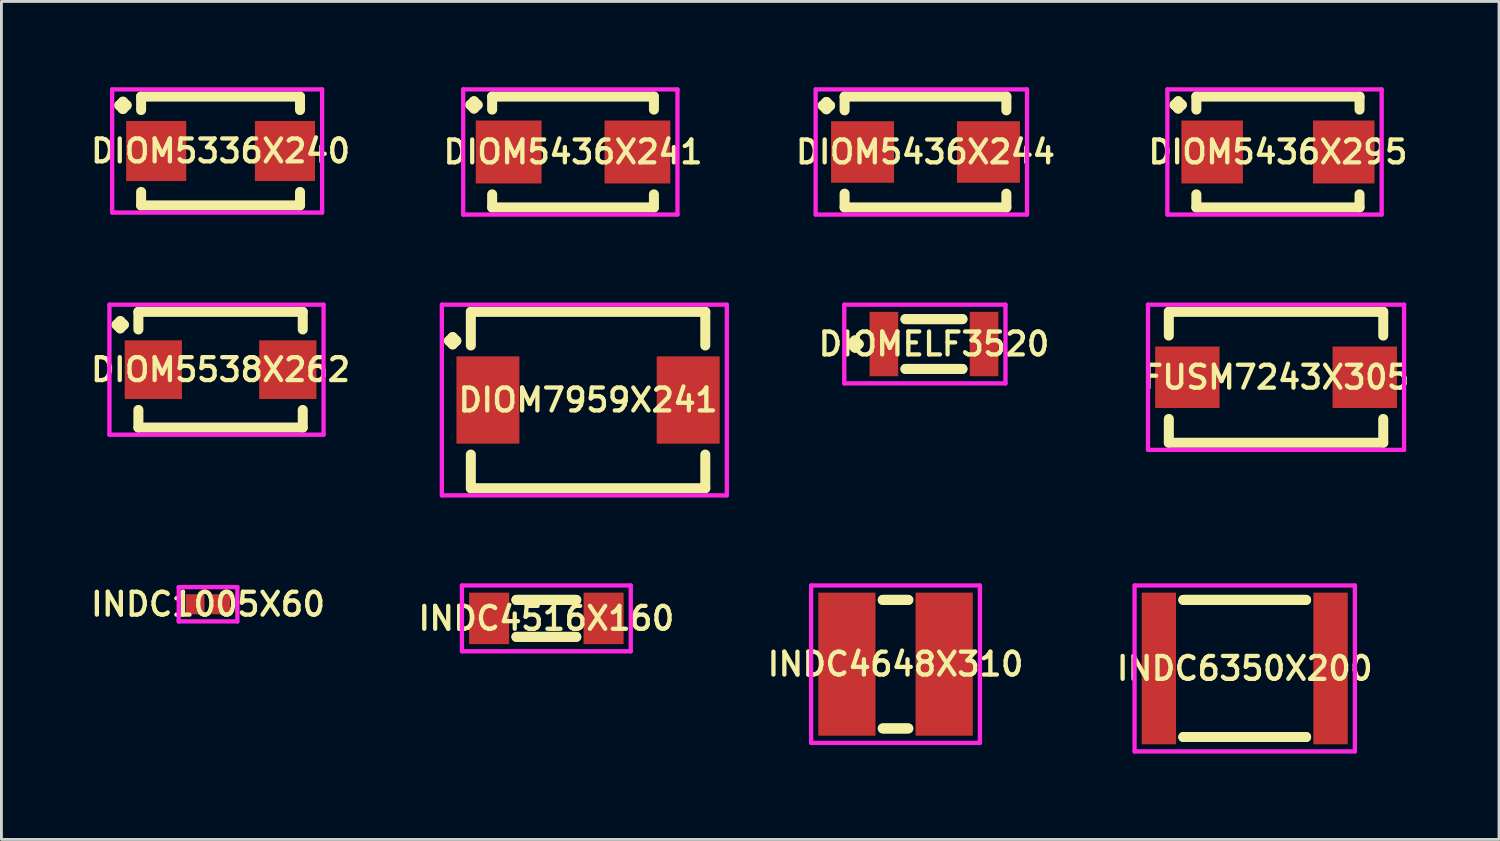
<source format=kicad_pcb>
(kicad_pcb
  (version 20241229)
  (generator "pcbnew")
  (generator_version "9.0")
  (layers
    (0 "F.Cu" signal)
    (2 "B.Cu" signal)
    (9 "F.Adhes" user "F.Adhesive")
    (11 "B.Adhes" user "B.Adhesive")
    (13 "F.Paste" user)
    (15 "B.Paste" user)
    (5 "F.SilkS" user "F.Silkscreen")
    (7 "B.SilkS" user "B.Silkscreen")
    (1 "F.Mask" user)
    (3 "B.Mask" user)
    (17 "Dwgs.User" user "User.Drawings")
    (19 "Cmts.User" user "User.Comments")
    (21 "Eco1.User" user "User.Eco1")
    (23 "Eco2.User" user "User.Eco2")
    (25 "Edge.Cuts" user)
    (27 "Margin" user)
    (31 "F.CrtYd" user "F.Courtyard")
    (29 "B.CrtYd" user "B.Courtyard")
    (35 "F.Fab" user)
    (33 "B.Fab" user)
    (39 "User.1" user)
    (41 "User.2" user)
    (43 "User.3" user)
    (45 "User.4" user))
  (footprint "INDC1005X60"
    (layer "F.Cu")
    (at 4.221 18.069)
    (property "Reference" "INDC1005X60" (at 0 0 0) (layer "F.SilkS") (effects (font (size 0.8 0.8) (thickness 0.15))))
    (attr smd)
    (fp_line (start -1.025 -0.6) (end 1.025 -0.6) (stroke (width 0.15) (type solid)) (layer "F.CrtYd"))
    (fp_line (start -1.025 0.6) (end -1.025 -0.6) (stroke (width 0.15) (type solid)) (layer "F.CrtYd"))
    (fp_line (start 1.025 -0.6) (end 1.025 0.6) (stroke (width 0.15) (type solid)) (layer "F.CrtYd"))
    (fp_line (start 1.025 0.6) (end -1.025 0.6) (stroke (width 0.15) (type solid)) (layer "F.CrtYd"))
    (pad "1" smd rect (at -0.45 0) (size 0.65 0.7) (layers "F.Cu" "F.Mask" "F.Paste"))
    (pad "2" smd rect (at 0.45 0) (size 0.65 0.7) (layers "F.Cu" "F.Mask" "F.Paste")))
  (footprint "INDC6350X200"
    (layer "F.Cu")
    (at 40.453 20.313)
    (property "Reference" "INDC6350X200" (at 0 0 0) (layer "F.SilkS") (effects (font (size 0.8 0.8) (thickness 0.15))))
    (attr smd)
    (fp_line (start -2.146 -2.396) (end 2.146 -2.396) (stroke (width 0.35) (type solid)) (layer "F.SilkS"))
    (fp_line (start -2.146 2.396) (end 2.146 2.396) (stroke (width 0.35) (type solid)) (layer "F.SilkS"))
    (fp_line (start 2.146 -2.396) (end -2.146 -2.396) (stroke (width 0.35) (type solid)) (layer "F.SilkS"))
    (fp_line (start 2.146 2.396) (end -2.146 2.396) (stroke (width 0.35) (type solid)) (layer "F.SilkS"))
    (fp_line (start -3.85 -2.9) (end 3.85 -2.9) (stroke (width 0.15) (type solid)) (layer "F.CrtYd"))
    (fp_line (start -3.85 2.9) (end -3.85 -2.9) (stroke (width 0.15) (type solid)) (layer "F.CrtYd"))
    (fp_line (start 3.85 -2.9) (end 3.85 2.9) (stroke (width 0.15) (type solid)) (layer "F.CrtYd"))
    (fp_line (start 3.85 2.9) (end -3.85 2.9) (stroke (width 0.15) (type solid)) (layer "F.CrtYd"))
    (pad "1" smd rect (at -3 0) (size 1.2 5.3) (layers "F.Cu" "F.Mask" "F.Paste"))
    (pad "2" smd rect (at 3 0) (size 1.2 5.3) (layers "F.Cu" "F.Mask" "F.Paste")))
  (footprint "DIOMELF3520"
    (layer "F.Cu")
    (at 29.592 8.974)
    (property "Reference" "DIOMELF3520" (at 0 0 0) (layer "F.SilkS") (effects (font (size 0.8 0.8) (thickness 0.15))))
    (attr smd)
    (fp_line (start -2.885 0) (end -2.758 -0.127) (stroke (width 0.35) (type solid)) (layer "F.SilkS"))
    (fp_line (start -2.758 -0.127) (end -2.631 0) (stroke (width 0.35) (type solid)) (layer "F.SilkS"))
    (fp_line (start -2.758 0.127) (end -2.885 0) (stroke (width 0.35) (type solid)) (layer "F.SilkS"))
    (fp_line (start -2.631 0) (end -2.758 0.127) (stroke (width 0.35) (type solid)) (layer "F.SilkS"))
    (fp_line (start -0.996 -0.871) (end 0.996 -0.871) (stroke (width 0.35) (type solid)) (layer "F.SilkS"))
    (fp_line (start -0.996 0.871) (end 0.996 0.871) (stroke (width 0.35) (type solid)) (layer "F.SilkS"))
    (fp_line (start 0.996 -0.871) (end -0.996 -0.871) (stroke (width 0.35) (type solid)) (layer "F.SilkS"))
    (fp_line (start 0.996 0.871) (end -0.996 0.871) (stroke (width 0.35) (type solid)) (layer "F.SilkS"))
    (fp_line (start -3.135 -1.375) (end 2.5 -1.375) (stroke (width 0.15) (type solid)) (layer "F.CrtYd"))
    (fp_line (start -3.135 1.375) (end -3.135 -1.375) (stroke (width 0.15) (type solid)) (layer "F.CrtYd"))
    (fp_line (start 2.5 -1.375) (end 2.5 1.375) (stroke (width 0.15) (type solid)) (layer "F.CrtYd"))
    (fp_line (start 2.5 1.375) (end -3.135 1.375) (stroke (width 0.15) (type solid)) (layer "F.CrtYd"))
    (pad "1" smd rect (at -1.75 0) (size 1 2.25) (layers "F.Cu" "F.Mask" "F.Paste"))
    (pad "2" smd rect (at 1.75 0) (size 1 2.25) (layers "F.Cu" "F.Mask" "F.Paste")))
  (footprint "INDC4648X310"
    (layer "F.Cu")
    (at 28.249 20.163)
    (property "Reference" "INDC4648X310" (at 0 0 0) (layer "F.SilkS") (effects (font (size 0.8 0.8) (thickness 0.15))))
    (attr smd)
    (fp_line (start -0.446 -2.246) (end 0.446 -2.246) (stroke (width 0.35) (type solid)) (layer "F.SilkS"))
    (fp_line (start -0.446 2.246) (end 0.446 2.246) (stroke (width 0.35) (type solid)) (layer "F.SilkS"))
    (fp_line (start 0.446 -2.246) (end -0.446 -2.246) (stroke (width 0.35) (type solid)) (layer "F.SilkS"))
    (fp_line (start 0.446 2.246) (end -0.446 2.246) (stroke (width 0.35) (type solid)) (layer "F.SilkS"))
    (fp_line (start -2.95 -2.75) (end 2.95 -2.75) (stroke (width 0.15) (type solid)) (layer "F.CrtYd"))
    (fp_line (start -2.95 2.75) (end -2.95 -2.75) (stroke (width 0.15) (type solid)) (layer "F.CrtYd"))
    (fp_line (start 2.95 -2.75) (end 2.95 2.75) (stroke (width 0.15) (type solid)) (layer "F.CrtYd"))
    (fp_line (start 2.95 2.75) (end -2.95 2.75) (stroke (width 0.15) (type solid)) (layer "F.CrtYd"))
    (pad "1" smd rect (at -1.7 0) (size 2 5) (layers "F.Cu" "F.Mask" "F.Paste"))
    (pad "2" smd rect (at 1.7 0) (size 2 5) (layers "F.Cu" "F.Mask" "F.Paste")))
  (footprint "FUSM7243X305"
    (layer "F.Cu")
    (at 41.548 10.136)
    (property "Reference" "FUSM7243X305" (at 0 0 0) (layer "F.SilkS") (effects (font (size 0.8 0.8) (thickness 0.15))))
    (attr smd)
    (fp_line (start -3.747 -2.287) (end 3.747 -2.287) (stroke (width 0.35) (type solid)) (layer "F.SilkS"))
    (fp_line (start -3.747 -1.456) (end -3.747 -2.287) (stroke (width 0.35) (type solid)) (layer "F.SilkS"))
    (fp_line (start -3.747 1.456) (end -3.747 2.287) (stroke (width 0.35) (type solid)) (layer "F.SilkS"))
    (fp_line (start -3.747 2.287) (end 3.747 2.287) (stroke (width 0.35) (type solid)) (layer "F.SilkS"))
    (fp_line (start 3.747 -2.287) (end 3.747 -1.456) (stroke (width 0.35) (type solid)) (layer "F.SilkS"))
    (fp_line (start 3.747 2.287) (end 3.747 1.456) (stroke (width 0.35) (type solid)) (layer "F.SilkS"))
    (fp_line (start -4.475 -2.537) (end 4.475 -2.537) (stroke (width 0.15) (type solid)) (layer "F.CrtYd"))
    (fp_line (start -4.475 2.537) (end -4.475 -2.537) (stroke (width 0.15) (type solid)) (layer "F.CrtYd"))
    (fp_line (start 4.475 -2.537) (end 4.475 2.537) (stroke (width 0.15) (type solid)) (layer "F.CrtYd"))
    (fp_line (start 4.475 2.537) (end -4.475 2.537) (stroke (width 0.15) (type solid)) (layer "F.CrtYd"))
    (pad "1" smd rect (at -3.1 0) (size 2.25 2.15) (layers "F.Cu" "F.Mask" "F.Paste"))
    (pad "2" smd rect (at 3.1 0) (size 2.25 2.15) (layers "F.Cu" "F.Mask" "F.Paste")))
  (footprint "DIOM5336X240"
    (layer "F.Cu")
    (at 4.659 2.227)
    (property "Reference" "DIOM5336X240" (at 0 0 0) (layer "F.SilkS") (effects (font (size 0.8 0.8) (thickness 0.15))))
    (attr smd)
    (fp_line (start -3.539 -1.596) (end -3.412 -1.723) (stroke (width 0.35) (type solid)) (layer "F.SilkS"))
    (fp_line (start -3.412 -1.723) (end -3.285 -1.596) (stroke (width 0.35) (type solid)) (layer "F.SilkS"))
    (fp_line (start -3.412 -1.469) (end -3.539 -1.596) (stroke (width 0.35) (type solid)) (layer "F.SilkS"))
    (fp_line (start -3.285 -1.596) (end -3.412 -1.469) (stroke (width 0.35) (type solid)) (layer "F.SilkS"))
    (fp_line (start -2.777 -1.902) (end 2.777 -1.902) (stroke (width 0.35) (type solid)) (layer "F.SilkS"))
    (fp_line (start -2.777 -1.431) (end -2.777 -1.902) (stroke (width 0.35) (type solid)) (layer "F.SilkS"))
    (fp_line (start -2.777 1.431) (end -2.777 1.902) (stroke (width 0.35) (type solid)) (layer "F.SilkS"))
    (fp_line (start -2.777 1.902) (end 2.777 1.902) (stroke (width 0.35) (type solid)) (layer "F.SilkS"))
    (fp_line (start 2.777 -1.902) (end 2.777 -1.431) (stroke (width 0.35) (type solid)) (layer "F.SilkS"))
    (fp_line (start 2.777 1.902) (end 2.777 1.431) (stroke (width 0.35) (type solid)) (layer "F.SilkS"))
    (fp_line (start -3.789 -2.152) (end 3.55 -2.152) (stroke (width 0.15) (type solid)) (layer "F.CrtYd"))
    (fp_line (start -3.789 2.152) (end -3.789 -2.152) (stroke (width 0.15) (type solid)) (layer "F.CrtYd"))
    (fp_line (start 3.55 -2.152) (end 3.55 2.152) (stroke (width 0.15) (type solid)) (layer "F.CrtYd"))
    (fp_line (start 3.55 2.152) (end -3.789 2.152) (stroke (width 0.15) (type solid)) (layer "F.CrtYd"))
    (pad "1" smd rect (at -2.25 0) (size 2.1 2.1) (layers "F.Cu" "F.Mask" "F.Paste"))
    (pad "2" smd rect (at 2.25 0) (size 2.1 2.1) (layers "F.Cu" "F.Mask" "F.Paste")))
  (footprint "DIOM7959X241"
    (layer "F.Cu")
    (at 17.503 10.931)
    (property "Reference" "DIOM7959X241" (at 0 0 0) (layer "F.SilkS") (effects (font (size 0.8 0.8) (thickness 0.15))))
    (attr smd)
    (fp_line (start -4.859 -2.071) (end -4.732 -2.198) (stroke (width 0.35) (type solid)) (layer "F.SilkS"))
    (fp_line (start -4.732 -2.198) (end -4.605 -2.071) (stroke (width 0.35) (type solid)) (layer "F.SilkS"))
    (fp_line (start -4.732 -1.944) (end -4.859 -2.071) (stroke (width 0.35) (type solid)) (layer "F.SilkS"))
    (fp_line (start -4.605 -2.071) (end -4.732 -1.944) (stroke (width 0.35) (type solid)) (layer "F.SilkS"))
    (fp_line (start -4.097 -3.082) (end 4.097 -3.082) (stroke (width 0.35) (type solid)) (layer "F.SilkS"))
    (fp_line (start -4.097 -1.906) (end -4.097 -3.082) (stroke (width 0.35) (type solid)) (layer "F.SilkS"))
    (fp_line (start -4.097 1.906) (end -4.097 3.082) (stroke (width 0.35) (type solid)) (layer "F.SilkS"))
    (fp_line (start -4.097 3.082) (end 4.097 3.082) (stroke (width 0.35) (type solid)) (layer "F.SilkS"))
    (fp_line (start 4.097 -3.082) (end 4.097 -1.906) (stroke (width 0.35) (type solid)) (layer "F.SilkS"))
    (fp_line (start 4.097 3.082) (end 4.097 1.906) (stroke (width 0.35) (type solid)) (layer "F.SilkS"))
    (fp_line (start -5.109 -3.332) (end 4.85 -3.332) (stroke (width 0.15) (type solid)) (layer "F.CrtYd"))
    (fp_line (start -5.109 3.332) (end -5.109 -3.332) (stroke (width 0.15) (type solid)) (layer "F.CrtYd"))
    (fp_line (start 4.85 -3.332) (end 4.85 3.332) (stroke (width 0.15) (type solid)) (layer "F.CrtYd"))
    (fp_line (start 4.85 3.332) (end -5.109 3.332) (stroke (width 0.15) (type solid)) (layer "F.CrtYd"))
    (pad "1" smd rect (at -3.5 0) (size 2.2 3.05) (layers "F.Cu" "F.Mask" "F.Paste"))
    (pad "2" smd rect (at 3.5 0) (size 2.2 3.05) (layers "F.Cu" "F.Mask" "F.Paste")))
  (footprint "DIOM5436X241"
    (layer "F.Cu")
    (at 16.978 2.262)
    (property "Reference" "DIOM5436X241" (at 0 0 0) (layer "F.SilkS") (effects (font (size 0.8 0.8) (thickness 0.15))))
    (attr smd)
    (fp_line (start -3.589 -1.646) (end -3.462 -1.773) (stroke (width 0.35) (type solid)) (layer "F.SilkS"))
    (fp_line (start -3.462 -1.773) (end -3.335 -1.646) (stroke (width 0.35) (type solid)) (layer "F.SilkS"))
    (fp_line (start -3.462 -1.519) (end -3.589 -1.646) (stroke (width 0.35) (type solid)) (layer "F.SilkS"))
    (fp_line (start -3.335 -1.646) (end -3.462 -1.519) (stroke (width 0.35) (type solid)) (layer "F.SilkS"))
    (fp_line (start -2.827 -1.937) (end 2.827 -1.937) (stroke (width 0.35) (type solid)) (layer "F.SilkS"))
    (fp_line (start -2.827 -1.481) (end -2.827 -1.937) (stroke (width 0.35) (type solid)) (layer "F.SilkS"))
    (fp_line (start -2.827 1.481) (end -2.827 1.937) (stroke (width 0.35) (type solid)) (layer "F.SilkS"))
    (fp_line (start -2.827 1.937) (end 2.827 1.937) (stroke (width 0.35) (type solid)) (layer "F.SilkS"))
    (fp_line (start 2.827 -1.937) (end 2.827 -1.481) (stroke (width 0.35) (type solid)) (layer "F.SilkS"))
    (fp_line (start 2.827 1.937) (end 2.827 1.481) (stroke (width 0.35) (type solid)) (layer "F.SilkS"))
    (fp_line (start -3.839 -2.187) (end 3.65 -2.187) (stroke (width 0.15) (type solid)) (layer "F.CrtYd"))
    (fp_line (start -3.839 2.187) (end -3.839 -2.187) (stroke (width 0.15) (type solid)) (layer "F.CrtYd"))
    (fp_line (start 3.65 -2.187) (end 3.65 2.187) (stroke (width 0.15) (type solid)) (layer "F.CrtYd"))
    (fp_line (start 3.65 2.187) (end -3.839 2.187) (stroke (width 0.15) (type solid)) (layer "F.CrtYd"))
    (pad "1" smd rect (at -2.25 0) (size 2.3 2.2) (layers "F.Cu" "F.Mask" "F.Paste"))
    (pad "2" smd rect (at 2.25 0) (size 2.3 2.2) (layers "F.Cu" "F.Mask" "F.Paste")))
  (footprint "DIOM5436X244"
    (layer "F.Cu")
    (at 29.296 2.262)
    (property "Reference" "DIOM5436X244" (at 0 0 0) (layer "F.SilkS") (effects (font (size 0.8 0.8) (thickness 0.15))))
    (attr smd)
    (fp_line (start -3.589 -1.621) (end -3.462 -1.748) (stroke (width 0.35) (type solid)) (layer "F.SilkS"))
    (fp_line (start -3.462 -1.748) (end -3.335 -1.621) (stroke (width 0.35) (type solid)) (layer "F.SilkS"))
    (fp_line (start -3.462 -1.494) (end -3.589 -1.621) (stroke (width 0.35) (type solid)) (layer "F.SilkS"))
    (fp_line (start -3.335 -1.621) (end -3.462 -1.494) (stroke (width 0.35) (type solid)) (layer "F.SilkS"))
    (fp_line (start -2.827 -1.937) (end 2.827 -1.937) (stroke (width 0.35) (type solid)) (layer "F.SilkS"))
    (fp_line (start -2.827 -1.456) (end -2.827 -1.937) (stroke (width 0.35) (type solid)) (layer "F.SilkS"))
    (fp_line (start -2.827 1.456) (end -2.827 1.937) (stroke (width 0.35) (type solid)) (layer "F.SilkS"))
    (fp_line (start -2.827 1.937) (end 2.827 1.937) (stroke (width 0.35) (type solid)) (layer "F.SilkS"))
    (fp_line (start 2.827 -1.937) (end 2.827 -1.456) (stroke (width 0.35) (type solid)) (layer "F.SilkS"))
    (fp_line (start 2.827 1.937) (end 2.827 1.456) (stroke (width 0.35) (type solid)) (layer "F.SilkS"))
    (fp_line (start -3.839 -2.187) (end 3.55 -2.187) (stroke (width 0.15) (type solid)) (layer "F.CrtYd"))
    (fp_line (start -3.839 2.187) (end -3.839 -2.187) (stroke (width 0.15) (type solid)) (layer "F.CrtYd"))
    (fp_line (start 3.55 -2.187) (end 3.55 2.187) (stroke (width 0.15) (type solid)) (layer "F.CrtYd"))
    (fp_line (start 3.55 2.187) (end -3.839 2.187) (stroke (width 0.15) (type solid)) (layer "F.CrtYd"))
    (pad "1" smd rect (at -2.2 0) (size 2.2 2.15) (layers "F.Cu" "F.Mask" "F.Paste"))
    (pad "2" smd rect (at 2.2 0) (size 2.2 2.15) (layers "F.Cu" "F.Mask" "F.Paste")))
  (footprint "DIOM5436X295"
    (layer "F.Cu")
    (at 41.615 2.262)
    (property "Reference" "DIOM5436X295" (at 0 0 0) (layer "F.SilkS") (effects (font (size 0.8 0.8) (thickness 0.15))))
    (attr smd)
    (fp_line (start -3.614 -1.646) (end -3.487 -1.773) (stroke (width 0.35) (type solid)) (layer "F.SilkS"))
    (fp_line (start -3.487 -1.773) (end -3.36 -1.646) (stroke (width 0.35) (type solid)) (layer "F.SilkS"))
    (fp_line (start -3.487 -1.519) (end -3.614 -1.646) (stroke (width 0.35) (type solid)) (layer "F.SilkS"))
    (fp_line (start -3.36 -1.646) (end -3.487 -1.519) (stroke (width 0.35) (type solid)) (layer "F.SilkS"))
    (fp_line (start -2.852 -1.937) (end 2.852 -1.937) (stroke (width 0.35) (type solid)) (layer "F.SilkS"))
    (fp_line (start -2.852 -1.481) (end -2.852 -1.937) (stroke (width 0.35) (type solid)) (layer "F.SilkS"))
    (fp_line (start -2.852 1.481) (end -2.852 1.937) (stroke (width 0.35) (type solid)) (layer "F.SilkS"))
    (fp_line (start -2.852 1.937) (end 2.852 1.937) (stroke (width 0.35) (type solid)) (layer "F.SilkS"))
    (fp_line (start 2.852 -1.937) (end 2.852 -1.481) (stroke (width 0.35) (type solid)) (layer "F.SilkS"))
    (fp_line (start 2.852 1.937) (end 2.852 1.481) (stroke (width 0.35) (type solid)) (layer "F.SilkS"))
    (fp_line (start -3.864 -2.187) (end 3.625 -2.187) (stroke (width 0.15) (type solid)) (layer "F.CrtYd"))
    (fp_line (start -3.864 2.187) (end -3.864 -2.187) (stroke (width 0.15) (type solid)) (layer "F.CrtYd"))
    (fp_line (start 3.625 -2.187) (end 3.625 2.187) (stroke (width 0.15) (type solid)) (layer "F.CrtYd"))
    (fp_line (start 3.625 2.187) (end -3.864 2.187) (stroke (width 0.15) (type solid)) (layer "F.CrtYd"))
    (pad "1" smd rect (at -2.3 0) (size 2.15 2.2) (layers "F.Cu" "F.Mask" "F.Paste"))
    (pad "2" smd rect (at 2.3 0) (size 2.15 2.2) (layers "F.Cu" "F.Mask" "F.Paste")))
  (footprint "INDC4516X160"
    (layer "F.Cu")
    (at 16.045 18.563)
    (property "Reference" "INDC4516X160" (at 0 0 0) (layer "F.SilkS") (effects (font (size 0.8 0.8) (thickness 0.15))))
    (attr smd)
    (fp_line (start -1.046 -0.646) (end 1.046 -0.646) (stroke (width 0.35) (type solid)) (layer "F.SilkS"))
    (fp_line (start -1.046 0.646) (end 1.046 0.646) (stroke (width 0.35) (type solid)) (layer "F.SilkS"))
    (fp_line (start 1.046 -0.646) (end -1.046 -0.646) (stroke (width 0.35) (type solid)) (layer "F.SilkS"))
    (fp_line (start 1.046 0.646) (end -1.046 0.646) (stroke (width 0.35) (type solid)) (layer "F.SilkS"))
    (fp_line (start -2.95 -1.15) (end 2.95 -1.15) (stroke (width 0.15) (type solid)) (layer "F.CrtYd"))
    (fp_line (start -2.95 1.15) (end -2.95 -1.15) (stroke (width 0.15) (type solid)) (layer "F.CrtYd"))
    (fp_line (start 2.95 -1.15) (end 2.95 1.15) (stroke (width 0.15) (type solid)) (layer "F.CrtYd"))
    (fp_line (start 2.95 1.15) (end -2.95 1.15) (stroke (width 0.15) (type solid)) (layer "F.CrtYd"))
    (pad "1" smd rect (at -2 0) (size 1.4 1.8) (layers "F.Cu" "F.Mask" "F.Paste"))
    (pad "2" smd rect (at 2 0) (size 1.4 1.8) (layers "F.Cu" "F.Mask" "F.Paste")))
  (footprint "DIOM5538X262"
    (layer "F.Cu")
    (at 4.659 9.871)
    (property "Reference" "DIOM5538X262" (at 0 0 0) (layer "F.SilkS") (effects (font (size 0.8 0.8) (thickness 0.15))))
    (attr smd)
    (fp_line (start -3.634 -1.571) (end -3.507 -1.698) (stroke (width 0.35) (type solid)) (layer "F.SilkS"))
    (fp_line (start -3.507 -1.698) (end -3.38 -1.571) (stroke (width 0.35) (type solid)) (layer "F.SilkS"))
    (fp_line (start -3.507 -1.444) (end -3.634 -1.571) (stroke (width 0.35) (type solid)) (layer "F.SilkS"))
    (fp_line (start -3.38 -1.571) (end -3.507 -1.444) (stroke (width 0.35) (type solid)) (layer "F.SilkS"))
    (fp_line (start -2.872 -2.022) (end 2.872 -2.022) (stroke (width 0.35) (type solid)) (layer "F.SilkS"))
    (fp_line (start -2.872 -1.406) (end -2.872 -2.022) (stroke (width 0.35) (type solid)) (layer "F.SilkS"))
    (fp_line (start -2.872 1.406) (end -2.872 2.022) (stroke (width 0.35) (type solid)) (layer "F.SilkS"))
    (fp_line (start -2.872 2.022) (end 2.872 2.022) (stroke (width 0.35) (type solid)) (layer "F.SilkS"))
    (fp_line (start 2.872 -2.022) (end 2.872 -1.406) (stroke (width 0.35) (type solid)) (layer "F.SilkS"))
    (fp_line (start 2.872 2.022) (end 2.872 1.406) (stroke (width 0.35) (type solid)) (layer "F.SilkS"))
    (fp_line (start -3.884 -2.272) (end 3.6 -2.272) (stroke (width 0.15) (type solid)) (layer "F.CrtYd"))
    (fp_line (start -3.884 2.272) (end -3.884 -2.272) (stroke (width 0.15) (type solid)) (layer "F.CrtYd"))
    (fp_line (start 3.6 -2.272) (end 3.6 2.272) (stroke (width 0.15) (type solid)) (layer "F.CrtYd"))
    (fp_line (start 3.6 2.272) (end -3.884 2.272) (stroke (width 0.15) (type solid)) (layer "F.CrtYd"))
    (pad "1" smd rect (at -2.35 0) (size 2 2.05) (layers "F.Cu" "F.Mask" "F.Paste"))
    (pad "2" smd rect (at 2.35 0) (size 2 2.05) (layers "F.Cu" "F.Mask" "F.Paste")))
  (gr_rect
    (start -3 -3)
    (end 49.341 26.288)
    (stroke (width 0.1) (type default))
    (fill no)
    (layer "Edge.Cuts")))
</source>
